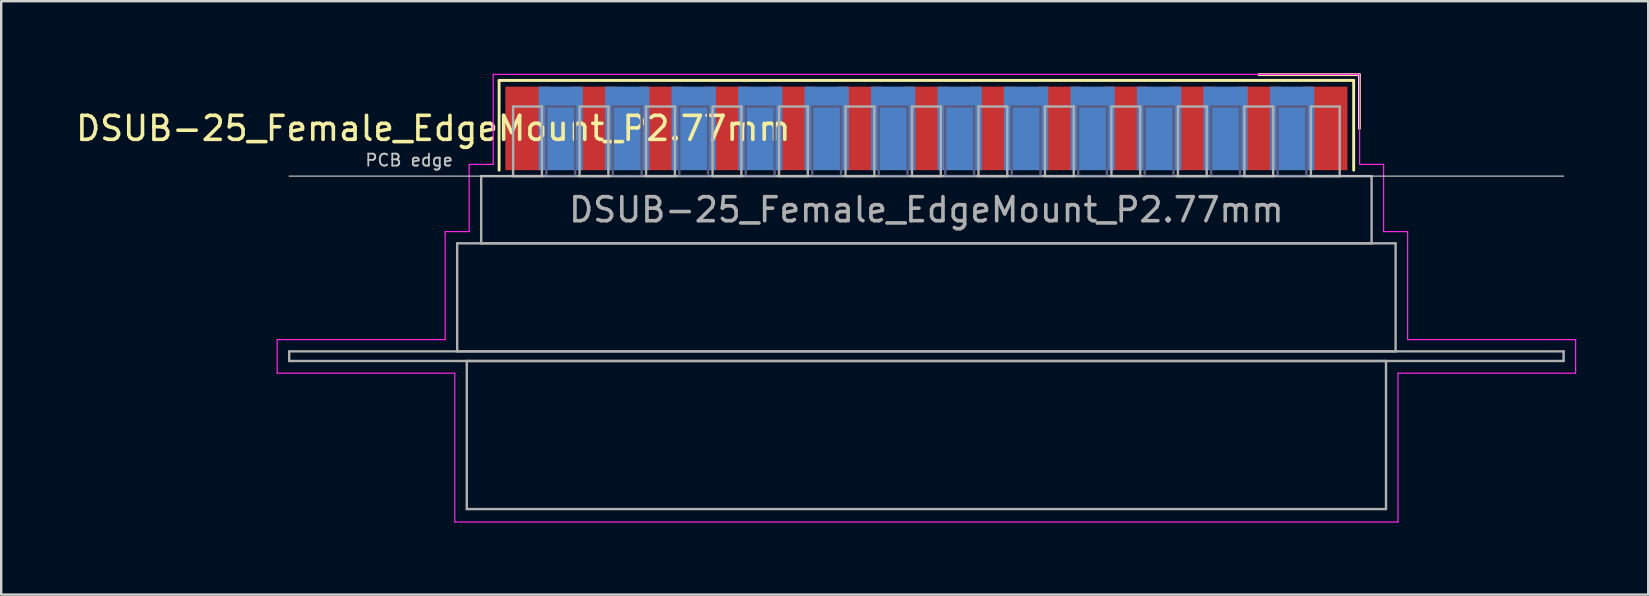
<source format=kicad_pcb>
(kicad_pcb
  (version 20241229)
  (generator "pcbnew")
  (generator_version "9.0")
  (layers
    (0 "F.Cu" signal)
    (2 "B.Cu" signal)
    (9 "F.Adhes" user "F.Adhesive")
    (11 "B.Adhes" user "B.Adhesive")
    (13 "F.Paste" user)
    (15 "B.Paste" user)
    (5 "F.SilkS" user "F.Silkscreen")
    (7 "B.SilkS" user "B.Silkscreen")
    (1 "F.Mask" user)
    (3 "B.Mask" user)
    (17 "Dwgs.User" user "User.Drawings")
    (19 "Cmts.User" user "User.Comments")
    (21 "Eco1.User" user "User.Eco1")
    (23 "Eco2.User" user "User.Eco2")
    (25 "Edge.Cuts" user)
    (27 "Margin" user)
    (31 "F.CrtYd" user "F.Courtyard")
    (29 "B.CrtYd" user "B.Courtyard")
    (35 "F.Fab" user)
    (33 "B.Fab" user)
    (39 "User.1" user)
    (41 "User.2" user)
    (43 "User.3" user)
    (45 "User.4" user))
  (footprint "DSUB-25_Female_EdgeMount_P2.77mm"
    (layer "F.Cu")
    (at 35.549 2.3)
    (property "Reference" "DSUB-25_Female_EdgeMount_P2.77mm" (at -20.543 0 0) (layer "F.SilkS") (effects (font (size 1 1) (thickness 0.15))))
    (attr smd)
    (fp_line (start -17.803 -2) (end -17.803 1.74) (stroke (width 0.12) (type solid)) (layer "F.SilkS"))
    (fp_line (start 17.803 -2) (end -17.803 -2) (stroke (width 0.12) (type solid)) (layer "F.SilkS"))
    (fp_line (start 17.803 1.74) (end 17.803 -2) (stroke (width 0.12) (type solid)) (layer "F.SilkS"))
    (fp_line (start 18.043 -2.24) (end 13.85 -2.24) (stroke (width 0.12) (type solid)) (layer "F.SilkS"))
    (fp_line (start 18.043 0) (end 18.043 -2.24) (stroke (width 0.12) (type solid)) (layer "F.SilkS"))
    (fp_line (start -26.55 1.99) (end 26.55 1.99) (stroke (width 0.05) (type solid)) (layer "Dwgs.User"))
    (fp_line (start -27.05 8.8) (end -20.05 8.8) (stroke (width 0.05) (type solid)) (layer "F.CrtYd"))
    (fp_line (start -27.05 10.2) (end -27.05 8.8) (stroke (width 0.05) (type solid)) (layer "F.CrtYd"))
    (fp_line (start -20.05 4.3) (end -19.05 4.3) (stroke (width 0.05) (type solid)) (layer "F.CrtYd"))
    (fp_line (start -20.05 8.8) (end -20.05 4.3) (stroke (width 0.05) (type solid)) (layer "F.CrtYd"))
    (fp_line (start -19.65 10.2) (end -27.05 10.2) (stroke (width 0.05) (type solid)) (layer "F.CrtYd"))
    (fp_line (start -19.65 16.4) (end -19.65 10.2) (stroke (width 0.05) (type solid)) (layer "F.CrtYd"))
    (fp_line (start -19.05 1.5) (end -18.05 1.5) (stroke (width 0.05) (type solid)) (layer "F.CrtYd"))
    (fp_line (start -19.05 4.3) (end -19.05 1.5) (stroke (width 0.05) (type solid)) (layer "F.CrtYd"))
    (fp_line (start -18.05 -2.25) (end 18.05 -2.25) (stroke (width 0.05) (type solid)) (layer "F.CrtYd"))
    (fp_line (start -18.05 1.5) (end -18.05 -2.25) (stroke (width 0.05) (type solid)) (layer "F.CrtYd"))
    (fp_line (start 18.05 -2.25) (end 18.05 1.5) (stroke (width 0.05) (type solid)) (layer "F.CrtYd"))
    (fp_line (start 18.05 1.5) (end 19.05 1.5) (stroke (width 0.05) (type solid)) (layer "F.CrtYd"))
    (fp_line (start 19.05 1.5) (end 19.05 4.3) (stroke (width 0.05) (type solid)) (layer "F.CrtYd"))
    (fp_line (start 19.05 4.3) (end 20.05 4.3) (stroke (width 0.05) (type solid)) (layer "F.CrtYd"))
    (fp_line (start 19.65 10.2) (end 19.65 16.4) (stroke (width 0.05) (type solid)) (layer "F.CrtYd"))
    (fp_line (start 19.65 16.4) (end -19.65 16.4) (stroke (width 0.05) (type solid)) (layer "F.CrtYd"))
    (fp_line (start 20.05 4.3) (end 20.05 8.8) (stroke (width 0.05) (type solid)) (layer "F.CrtYd"))
    (fp_line (start 20.05 8.8) (end 27.05 8.8) (stroke (width 0.05) (type solid)) (layer "F.CrtYd"))
    (fp_line (start 27.05 8.8) (end 27.05 10.2) (stroke (width 0.05) (type solid)) (layer "F.CrtYd"))
    (fp_line (start 27.05 10.2) (end 19.65 10.2) (stroke (width 0.05) (type solid)) (layer "F.CrtYd"))
    (fp_line (start -15.835 -0.91) (end -15.835 1.99) (stroke (width 0.1) (type solid)) (layer "B.Fab"))
    (fp_line (start -15.835 1.99) (end -14.635 1.99) (stroke (width 0.1) (type solid)) (layer "B.Fab"))
    (fp_line (start -14.635 -0.91) (end -15.835 -0.91) (stroke (width 0.1) (type solid)) (layer "B.Fab"))
    (fp_line (start -14.635 1.99) (end -14.635 -0.91) (stroke (width 0.1) (type solid)) (layer "B.Fab"))
    (fp_line (start -13.065 -0.91) (end -13.065 1.99) (stroke (width 0.1) (type solid)) (layer "B.Fab"))
    (fp_line (start -13.065 1.99) (end -11.865 1.99) (stroke (width 0.1) (type solid)) (layer "B.Fab"))
    (fp_line (start -11.865 -0.91) (end -13.065 -0.91) (stroke (width 0.1) (type solid)) (layer "B.Fab"))
    (fp_line (start -11.865 1.99) (end -11.865 -0.91) (stroke (width 0.1) (type solid)) (layer "B.Fab"))
    (fp_line (start -10.295 -0.91) (end -10.295 1.99) (stroke (width 0.1) (type solid)) (layer "B.Fab"))
    (fp_line (start -10.295 1.99) (end -9.095 1.99) (stroke (width 0.1) (type solid)) (layer "B.Fab"))
    (fp_line (start -9.095 -0.91) (end -10.295 -0.91) (stroke (width 0.1) (type solid)) (layer "B.Fab"))
    (fp_line (start -9.095 1.99) (end -9.095 -0.91) (stroke (width 0.1) (type solid)) (layer "B.Fab"))
    (fp_line (start -7.525 -0.91) (end -7.525 1.99) (stroke (width 0.1) (type solid)) (layer "B.Fab"))
    (fp_line (start -7.525 1.99) (end -6.325 1.99) (stroke (width 0.1) (type solid)) (layer "B.Fab"))
    (fp_line (start -6.325 -0.91) (end -7.525 -0.91) (stroke (width 0.1) (type solid)) (layer "B.Fab"))
    (fp_line (start -6.325 1.99) (end -6.325 -0.91) (stroke (width 0.1) (type solid)) (layer "B.Fab"))
    (fp_line (start -4.755 -0.91) (end -4.755 1.99) (stroke (width 0.1) (type solid)) (layer "B.Fab"))
    (fp_line (start -4.755 1.99) (end -3.555 1.99) (stroke (width 0.1) (type solid)) (layer "B.Fab"))
    (fp_line (start -3.555 -0.91) (end -4.755 -0.91) (stroke (width 0.1) (type solid)) (layer "B.Fab"))
    (fp_line (start -3.555 1.99) (end -3.555 -0.91) (stroke (width 0.1) (type solid)) (layer "B.Fab"))
    (fp_line (start -1.985 -0.91) (end -1.985 1.99) (stroke (width 0.1) (type solid)) (layer "B.Fab"))
    (fp_line (start -1.985 1.99) (end -0.785 1.99) (stroke (width 0.1) (type solid)) (layer "B.Fab"))
    (fp_line (start -0.785 -0.91) (end -1.985 -0.91) (stroke (width 0.1) (type solid)) (layer "B.Fab"))
    (fp_line (start -0.785 1.99) (end -0.785 -0.91) (stroke (width 0.1) (type solid)) (layer "B.Fab"))
    (fp_line (start 0.785 -0.91) (end 0.785 1.99) (stroke (width 0.1) (type solid)) (layer "B.Fab"))
    (fp_line (start 0.785 1.99) (end 1.985 1.99) (stroke (width 0.1) (type solid)) (layer "B.Fab"))
    (fp_line (start 1.985 -0.91) (end 0.785 -0.91) (stroke (width 0.1) (type solid)) (layer "B.Fab"))
    (fp_line (start 1.985 1.99) (end 1.985 -0.91) (stroke (width 0.1) (type solid)) (layer "B.Fab"))
    (fp_line (start 3.555 -0.91) (end 3.555 1.99) (stroke (width 0.1) (type solid)) (layer "B.Fab"))
    (fp_line (start 3.555 1.99) (end 4.755 1.99) (stroke (width 0.1) (type solid)) (layer "B.Fab"))
    (fp_line (start 4.755 -0.91) (end 3.555 -0.91) (stroke (width 0.1) (type solid)) (layer "B.Fab"))
    (fp_line (start 4.755 1.99) (end 4.755 -0.91) (stroke (width 0.1) (type solid)) (layer "B.Fab"))
    (fp_line (start 6.325 -0.91) (end 6.325 1.99) (stroke (width 0.1) (type solid)) (layer "B.Fab"))
    (fp_line (start 6.325 1.99) (end 7.525 1.99) (stroke (width 0.1) (type solid)) (layer "B.Fab"))
    (fp_line (start 7.525 -0.91) (end 6.325 -0.91) (stroke (width 0.1) (type solid)) (layer "B.Fab"))
    (fp_line (start 7.525 1.99) (end 7.525 -0.91) (stroke (width 0.1) (type solid)) (layer "B.Fab"))
    (fp_line (start 9.095 -0.91) (end 9.095 1.99) (stroke (width 0.1) (type solid)) (layer "B.Fab"))
    (fp_line (start 9.095 1.99) (end 10.295 1.99) (stroke (width 0.1) (type solid)) (layer "B.Fab"))
    (fp_line (start 10.295 -0.91) (end 9.095 -0.91) (stroke (width 0.1) (type solid)) (layer "B.Fab"))
    (fp_line (start 10.295 1.99) (end 10.295 -0.91) (stroke (width 0.1) (type solid)) (layer "B.Fab"))
    (fp_line (start 11.865 -0.91) (end 11.865 1.99) (stroke (width 0.1) (type solid)) (layer "B.Fab"))
    (fp_line (start 11.865 1.99) (end 13.065 1.99) (stroke (width 0.1) (type solid)) (layer "B.Fab"))
    (fp_line (start 13.065 -0.91) (end 11.865 -0.91) (stroke (width 0.1) (type solid)) (layer "B.Fab"))
    (fp_line (start 13.065 1.99) (end 13.065 -0.91) (stroke (width 0.1) (type solid)) (layer "B.Fab"))
    (fp_line (start 14.635 -0.91) (end 14.635 1.99) (stroke (width 0.1) (type solid)) (layer "B.Fab"))
    (fp_line (start 14.635 1.99) (end 15.835 1.99) (stroke (width 0.1) (type solid)) (layer "B.Fab"))
    (fp_line (start 15.835 -0.91) (end 14.635 -0.91) (stroke (width 0.1) (type solid)) (layer "B.Fab"))
    (fp_line (start 15.835 1.99) (end 15.835 -0.91) (stroke (width 0.1) (type solid)) (layer "B.Fab"))
    (fp_line (start -26.55 9.29) (end -26.55 9.69) (stroke (width 0.1) (type solid)) (layer "F.Fab"))
    (fp_line (start -26.55 9.69) (end 26.55 9.69) (stroke (width 0.1) (type solid)) (layer "F.Fab"))
    (fp_line (start -19.55 4.79) (end -19.55 9.29) (stroke (width 0.1) (type solid)) (layer "F.Fab"))
    (fp_line (start -19.55 9.29) (end 19.55 9.29) (stroke (width 0.1) (type solid)) (layer "F.Fab"))
    (fp_line (start -19.15 9.69) (end -19.15 15.86) (stroke (width 0.1) (type solid)) (layer "F.Fab"))
    (fp_line (start -19.15 15.86) (end 19.15 15.86) (stroke (width 0.1) (type solid)) (layer "F.Fab"))
    (fp_line (start -18.55 1.99) (end -18.55 4.79) (stroke (width 0.1) (type solid)) (layer "F.Fab"))
    (fp_line (start -18.55 4.79) (end 18.55 4.79) (stroke (width 0.1) (type solid)) (layer "F.Fab"))
    (fp_line (start -17.22 -0.91) (end -17.22 1.99) (stroke (width 0.1) (type solid)) (layer "F.Fab"))
    (fp_line (start -17.22 1.99) (end -16.02 1.99) (stroke (width 0.1) (type solid)) (layer "F.Fab"))
    (fp_line (start -16.02 -0.91) (end -17.22 -0.91) (stroke (width 0.1) (type solid)) (layer "F.Fab"))
    (fp_line (start -16.02 1.99) (end -16.02 -0.91) (stroke (width 0.1) (type solid)) (layer "F.Fab"))
    (fp_line (start -14.45 -0.91) (end -14.45 1.99) (stroke (width 0.1) (type solid)) (layer "F.Fab"))
    (fp_line (start -14.45 1.99) (end -13.25 1.99) (stroke (width 0.1) (type solid)) (layer "F.Fab"))
    (fp_line (start -13.25 -0.91) (end -14.45 -0.91) (stroke (width 0.1) (type solid)) (layer "F.Fab"))
    (fp_line (start -13.25 1.99) (end -13.25 -0.91) (stroke (width 0.1) (type solid)) (layer "F.Fab"))
    (fp_line (start -11.68 -0.91) (end -11.68 1.99) (stroke (width 0.1) (type solid)) (layer "F.Fab"))
    (fp_line (start -11.68 1.99) (end -10.48 1.99) (stroke (width 0.1) (type solid)) (layer "F.Fab"))
    (fp_line (start -10.48 -0.91) (end -11.68 -0.91) (stroke (width 0.1) (type solid)) (layer "F.Fab"))
    (fp_line (start -10.48 1.99) (end -10.48 -0.91) (stroke (width 0.1) (type solid)) (layer "F.Fab"))
    (fp_line (start -8.91 -0.91) (end -8.91 1.99) (stroke (width 0.1) (type solid)) (layer "F.Fab"))
    (fp_line (start -8.91 1.99) (end -7.71 1.99) (stroke (width 0.1) (type solid)) (layer "F.Fab"))
    (fp_line (start -7.71 -0.91) (end -8.91 -0.91) (stroke (width 0.1) (type solid)) (layer "F.Fab"))
    (fp_line (start -7.71 1.99) (end -7.71 -0.91) (stroke (width 0.1) (type solid)) (layer "F.Fab"))
    (fp_line (start -6.14 -0.91) (end -6.14 1.99) (stroke (width 0.1) (type solid)) (layer "F.Fab"))
    (fp_line (start -6.14 1.99) (end -4.94 1.99) (stroke (width 0.1) (type solid)) (layer "F.Fab"))
    (fp_line (start -4.94 -0.91) (end -6.14 -0.91) (stroke (width 0.1) (type solid)) (layer "F.Fab"))
    (fp_line (start -4.94 1.99) (end -4.94 -0.91) (stroke (width 0.1) (type solid)) (layer "F.Fab"))
    (fp_line (start -3.37 -0.91) (end -3.37 1.99) (stroke (width 0.1) (type solid)) (layer "F.Fab"))
    (fp_line (start -3.37 1.99) (end -2.17 1.99) (stroke (width 0.1) (type solid)) (layer "F.Fab"))
    (fp_line (start -2.17 -0.91) (end -3.37 -0.91) (stroke (width 0.1) (type solid)) (layer "F.Fab"))
    (fp_line (start -2.17 1.99) (end -2.17 -0.91) (stroke (width 0.1) (type solid)) (layer "F.Fab"))
    (fp_line (start -0.6 -0.91) (end -0.6 1.99) (stroke (width 0.1) (type solid)) (layer "F.Fab"))
    (fp_line (start -0.6 1.99) (end 0.6 1.99) (stroke (width 0.1) (type solid)) (layer "F.Fab"))
    (fp_line (start 0.6 -0.91) (end -0.6 -0.91) (stroke (width 0.1) (type solid)) (layer "F.Fab"))
    (fp_line (start 0.6 1.99) (end 0.6 -0.91) (stroke (width 0.1) (type solid)) (layer "F.Fab"))
    (fp_line (start 2.17 -0.91) (end 2.17 1.99) (stroke (width 0.1) (type solid)) (layer "F.Fab"))
    (fp_line (start 2.17 1.99) (end 3.37 1.99) (stroke (width 0.1) (type solid)) (layer "F.Fab"))
    (fp_line (start 3.37 -0.91) (end 2.17 -0.91) (stroke (width 0.1) (type solid)) (layer "F.Fab"))
    (fp_line (start 3.37 1.99) (end 3.37 -0.91) (stroke (width 0.1) (type solid)) (layer "F.Fab"))
    (fp_line (start 4.94 -0.91) (end 4.94 1.99) (stroke (width 0.1) (type solid)) (layer "F.Fab"))
    (fp_line (start 4.94 1.99) (end 6.14 1.99) (stroke (width 0.1) (type solid)) (layer "F.Fab"))
    (fp_line (start 6.14 -0.91) (end 4.94 -0.91) (stroke (width 0.1) (type solid)) (layer "F.Fab"))
    (fp_line (start 6.14 1.99) (end 6.14 -0.91) (stroke (width 0.1) (type solid)) (layer "F.Fab"))
    (fp_line (start 7.71 -0.91) (end 7.71 1.99) (stroke (width 0.1) (type solid)) (layer "F.Fab"))
    (fp_line (start 7.71 1.99) (end 8.91 1.99) (stroke (width 0.1) (type solid)) (layer "F.Fab"))
    (fp_line (start 8.91 -0.91) (end 7.71 -0.91) (stroke (width 0.1) (type solid)) (layer "F.Fab"))
    (fp_line (start 8.91 1.99) (end 8.91 -0.91) (stroke (width 0.1) (type solid)) (layer "F.Fab"))
    (fp_line (start 10.48 -0.91) (end 10.48 1.99) (stroke (width 0.1) (type solid)) (layer "F.Fab"))
    (fp_line (start 10.48 1.99) (end 11.68 1.99) (stroke (width 0.1) (type solid)) (layer "F.Fab"))
    (fp_line (start 11.68 -0.91) (end 10.48 -0.91) (stroke (width 0.1) (type solid)) (layer "F.Fab"))
    (fp_line (start 11.68 1.99) (end 11.68 -0.91) (stroke (width 0.1) (type solid)) (layer "F.Fab"))
    (fp_line (start 13.25 -0.91) (end 13.25 1.99) (stroke (width 0.1) (type solid)) (layer "F.Fab"))
    (fp_line (start 13.25 1.99) (end 14.45 1.99) (stroke (width 0.1) (type solid)) (layer "F.Fab"))
    (fp_line (start 14.45 -0.91) (end 13.25 -0.91) (stroke (width 0.1) (type solid)) (layer "F.Fab"))
    (fp_line (start 14.45 1.99) (end 14.45 -0.91) (stroke (width 0.1) (type solid)) (layer "F.Fab"))
    (fp_line (start 16.02 -0.91) (end 16.02 1.99) (stroke (width 0.1) (type solid)) (layer "F.Fab"))
    (fp_line (start 16.02 1.99) (end 17.22 1.99) (stroke (width 0.1) (type solid)) (layer "F.Fab"))
    (fp_line (start 17.22 -0.91) (end 16.02 -0.91) (stroke (width 0.1) (type solid)) (layer "F.Fab"))
    (fp_line (start 17.22 1.99) (end 17.22 -0.91) (stroke (width 0.1) (type solid)) (layer "F.Fab"))
    (fp_line (start 18.55 1.99) (end -18.55 1.99) (stroke (width 0.1) (type solid)) (layer "F.Fab"))
    (fp_line (start 18.55 4.79) (end 18.55 1.99) (stroke (width 0.1) (type solid)) (layer "F.Fab"))
    (fp_line (start 19.15 9.69) (end -19.15 9.69) (stroke (width 0.1) (type solid)) (layer "F.Fab"))
    (fp_line (start 19.15 15.86) (end 19.15 9.69) (stroke (width 0.1) (type solid)) (layer "F.Fab"))
    (fp_line (start 19.55 4.79) (end -19.55 4.79) (stroke (width 0.1) (type solid)) (layer "F.Fab"))
    (fp_line (start 19.55 9.29) (end 19.55 4.79) (stroke (width 0.1) (type solid)) (layer "F.Fab"))
    (fp_line (start 26.55 9.29) (end -26.55 9.29) (stroke (width 0.1) (type solid)) (layer "F.Fab"))
    (fp_line (start 26.55 9.69) (end 26.55 9.29) (stroke (width 0.1) (type solid)) (layer "F.Fab"))
    (fp_text user "PCB edge" (at -21.55 1.323 0) (layer "Dwgs.User") (effects (font (size 0.5 0.5) (thickness 0.075))))
    (fp_text user "${REFERENCE}" (at 0 3.39 0) (layer "F.Fab") (effects (font (size 1 1) (thickness 0.15))))
    (pad "1" smd rect (at 16.62 0) (size 1.847 3.48) (layers "F.Cu" "F.Mask" "F.Paste"))
    (pad "2" smd rect (at 13.85 0) (size 1.847 3.48) (layers "F.Cu" "F.Mask" "F.Paste"))
    (pad "3" smd rect (at 11.08 0) (size 1.847 3.48) (layers "F.Cu" "F.Mask" "F.Paste"))
    (pad "4" smd rect (at 8.31 0) (size 1.847 3.48) (layers "F.Cu" "F.Mask" "F.Paste"))
    (pad "5" smd rect (at 5.54 0) (size 1.847 3.48) (layers "F.Cu" "F.Mask" "F.Paste"))
    (pad "6" smd rect (at 2.77 0) (size 1.847 3.48) (layers "F.Cu" "F.Mask" "F.Paste"))
    (pad "7" smd rect (at 0 0) (size 1.847 3.48) (layers "F.Cu" "F.Mask" "F.Paste"))
    (pad "8" smd rect (at -2.77 0) (size 1.847 3.48) (layers "F.Cu" "F.Mask" "F.Paste"))
    (pad "9" smd rect (at -5.54 0) (size 1.847 3.48) (layers "F.Cu" "F.Mask" "F.Paste"))
    (pad "10" smd rect (at -8.31 0) (size 1.847 3.48) (layers "F.Cu" "F.Mask" "F.Paste"))
    (pad "11" smd rect (at -11.08 0) (size 1.847 3.48) (layers "F.Cu" "F.Mask" "F.Paste"))
    (pad "12" smd rect (at -13.85 0) (size 1.847 3.48) (layers "F.Cu" "F.Mask" "F.Paste"))
    (pad "13" smd rect (at -16.62 0) (size 1.847 3.48) (layers "F.Cu" "F.Mask" "F.Paste"))
    (pad "14" smd rect (at 15.235 0) (size 1.847 3.48) (layers "B.Cu" "B.Mask" "B.Paste"))
    (pad "15" smd rect (at 12.465 0) (size 1.847 3.48) (layers "B.Cu" "B.Mask" "B.Paste"))
    (pad "16" smd rect (at 9.695 0) (size 1.847 3.48) (layers "B.Cu" "B.Mask" "B.Paste"))
    (pad "17" smd rect (at 6.925 0) (size 1.847 3.48) (layers "B.Cu" "B.Mask" "B.Paste"))
    (pad "18" smd rect (at 4.155 0) (size 1.847 3.48) (layers "B.Cu" "B.Mask" "B.Paste"))
    (pad "19" smd rect (at 1.385 0) (size 1.847 3.48) (layers "B.Cu" "B.Mask" "B.Paste"))
    (pad "20" smd rect (at -1.385 0) (size 1.847 3.48) (layers "B.Cu" "B.Mask" "B.Paste"))
    (pad "21" smd rect (at -4.155 0) (size 1.847 3.48) (layers "B.Cu" "B.Mask" "B.Paste"))
    (pad "22" smd rect (at -6.925 0) (size 1.847 3.48) (layers "B.Cu" "B.Mask" "B.Paste"))
    (pad "23" smd rect (at -9.695 0) (size 1.847 3.48) (layers "B.Cu" "B.Mask" "B.Paste"))
    (pad "24" smd rect (at -12.465 0) (size 1.847 3.48) (layers "B.Cu" "B.Mask" "B.Paste"))
    (pad "25" smd rect (at -15.235 0) (size 1.847 3.48) (layers "B.Cu" "B.Mask" "B.Paste")))
  (gr_rect
    (start -3 -3)
    (end 65.624 21.725)
    (stroke (width 0.1) (type default))
    (fill no)
    (layer "Edge.Cuts")))
</source>
